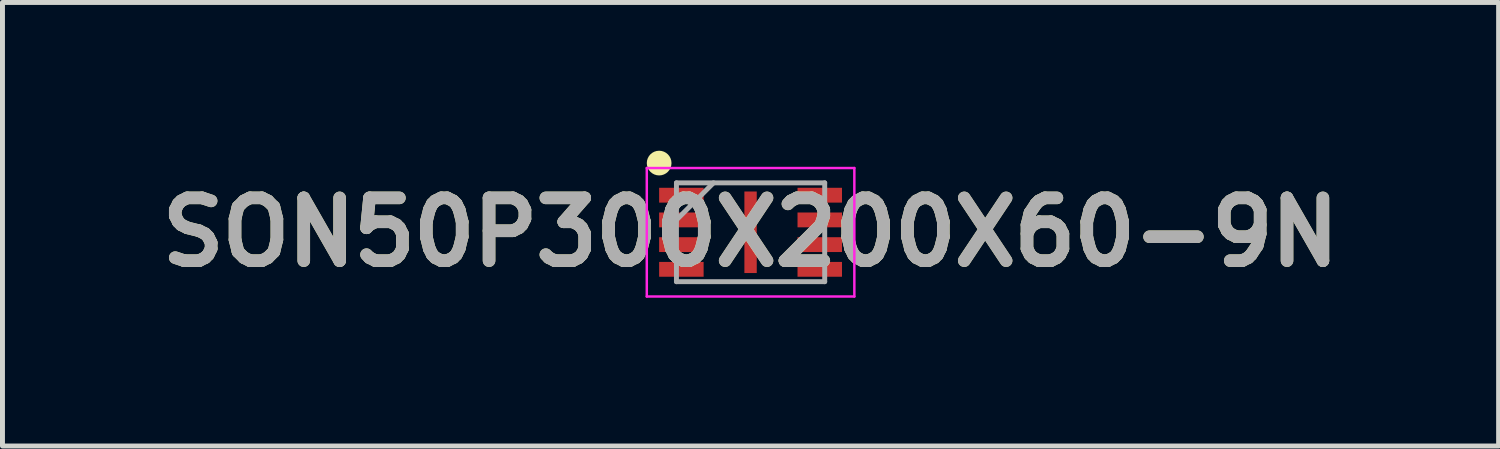
<source format=kicad_pcb>
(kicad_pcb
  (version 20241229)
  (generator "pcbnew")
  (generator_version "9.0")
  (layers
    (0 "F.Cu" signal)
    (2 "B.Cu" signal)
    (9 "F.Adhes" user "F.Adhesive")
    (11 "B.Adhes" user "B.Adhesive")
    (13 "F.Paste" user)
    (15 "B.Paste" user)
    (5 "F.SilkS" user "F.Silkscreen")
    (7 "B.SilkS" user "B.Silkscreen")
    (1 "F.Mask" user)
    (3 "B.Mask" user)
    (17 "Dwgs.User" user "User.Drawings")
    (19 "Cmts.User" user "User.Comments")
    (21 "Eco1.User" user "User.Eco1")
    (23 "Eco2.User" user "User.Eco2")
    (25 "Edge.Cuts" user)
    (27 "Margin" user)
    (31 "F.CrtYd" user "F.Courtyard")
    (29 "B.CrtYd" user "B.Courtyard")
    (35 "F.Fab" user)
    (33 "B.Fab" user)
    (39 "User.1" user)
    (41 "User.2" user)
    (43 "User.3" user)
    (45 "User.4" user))
  (footprint "SON50P300X200X60-9N"
    (layer "F.Cu")
    (at 12.138 1.65)
    (property "Reference" "SON50P300X200X60-9N" (at 0 0 0) (layer "F.SilkS") (effects (font (size 1.27 1.27) (thickness 0.254))))
    (attr smd)
    (fp_circle (center -1.85 -1.4) (end -1.85 -1.275) (stroke (width 0.25) (type solid)) (fill no) (layer "F.SilkS"))
    (fp_line (start -2.1 -1.3) (end 2.1 -1.3) (stroke (width 0.05) (type solid)) (layer "F.CrtYd"))
    (fp_line (start -2.1 1.3) (end -2.1 -1.3) (stroke (width 0.05) (type solid)) (layer "F.CrtYd"))
    (fp_line (start 2.1 -1.3) (end 2.1 1.3) (stroke (width 0.05) (type solid)) (layer "F.CrtYd"))
    (fp_line (start 2.1 1.3) (end -2.1 1.3) (stroke (width 0.05) (type solid)) (layer "F.CrtYd"))
    (fp_line (start -1.5 -1) (end 1.5 -1) (stroke (width 0.1) (type solid)) (layer "F.Fab"))
    (fp_line (start -1.5 -0.25) (end -0.75 -1) (stroke (width 0.1) (type solid)) (layer "F.Fab"))
    (fp_line (start -1.5 1) (end -1.5 -1) (stroke (width 0.1) (type solid)) (layer "F.Fab"))
    (fp_line (start 1.5 -1) (end 1.5 1) (stroke (width 0.1) (type solid)) (layer "F.Fab"))
    (fp_line (start 1.5 1) (end -1.5 1) (stroke (width 0.1) (type solid)) (layer "F.Fab"))
    (fp_text user "${REFERENCE}" (at 0 0 0) (layer "F.Fab") (effects (font (size 1.27 1.27) (thickness 0.254))))
    (pad "1" smd rect (at -1.4 -0.75 90) (size 0.3 0.9) (layers "F.Cu" "F.Mask" "F.Paste"))
    (pad "2" smd rect (at -1.4 -0.25 90) (size 0.3 0.9) (layers "F.Cu" "F.Mask" "F.Paste"))
    (pad "3" smd rect (at -1.4 0.25 90) (size 0.3 0.9) (layers "F.Cu" "F.Mask" "F.Paste"))
    (pad "4" smd rect (at -1.4 0.75 90) (size 0.3 0.9) (layers "F.Cu" "F.Mask" "F.Paste"))
    (pad "5" smd rect (at 1.4 0.75 90) (size 0.3 0.9) (layers "F.Cu" "F.Mask" "F.Paste"))
    (pad "6" smd rect (at 1.4 0.25 90) (size 0.3 0.9) (layers "F.Cu" "F.Mask" "F.Paste"))
    (pad "7" smd rect (at 1.4 -0.25 90) (size 0.3 0.9) (layers "F.Cu" "F.Mask" "F.Paste"))
    (pad "8" smd rect (at 1.4 -0.75 90) (size 0.3 0.9) (layers "F.Cu" "F.Mask" "F.Paste"))
    (pad "9" smd rect (at 0 0) (size 0.25 1.65) (layers "F.Cu" "F.Mask" "F.Paste")))
  (gr_rect
    (start -3 -3)
    (end 27.275 5.975)
    (stroke (width 0.1) (type default))
    (fill no)
    (layer "Edge.Cuts")))
</source>
